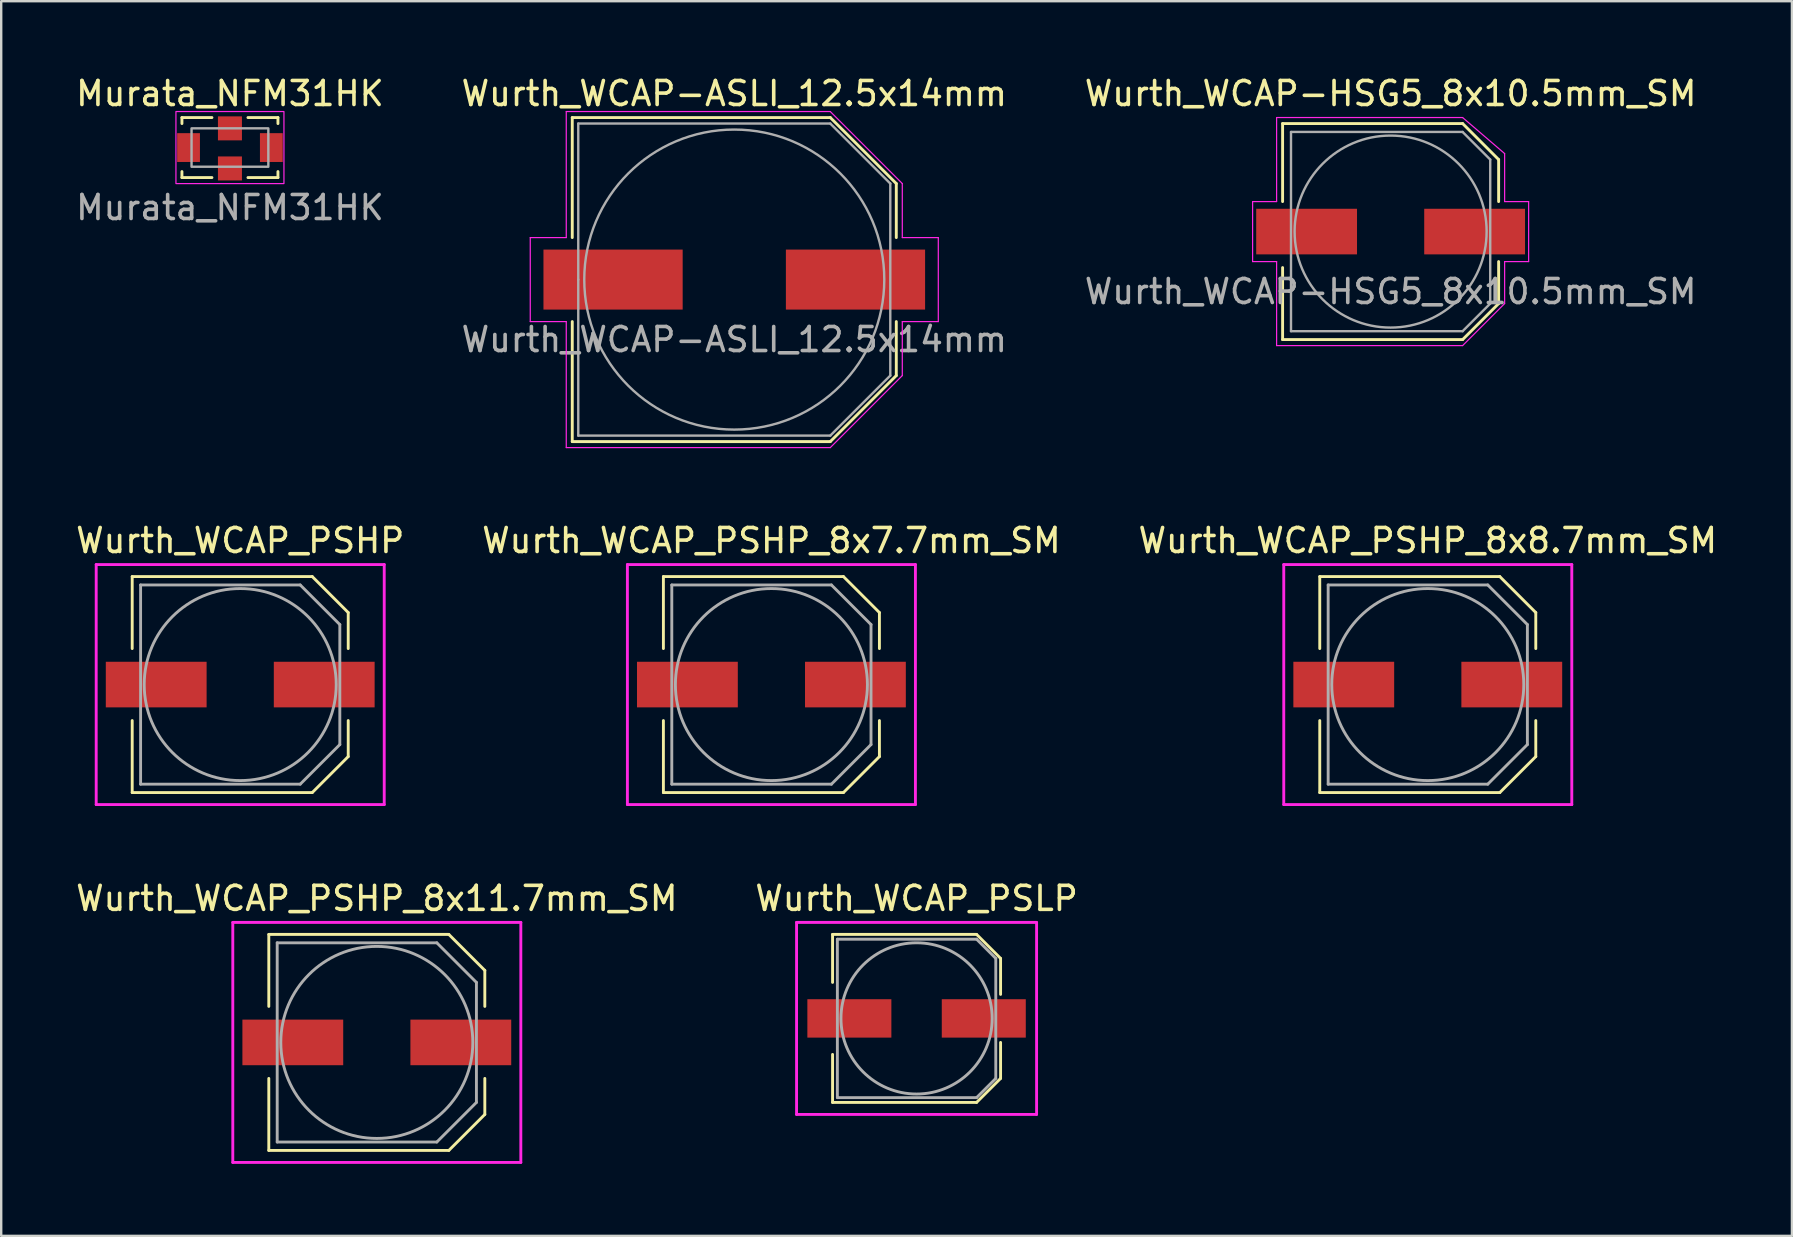
<source format=kicad_pcb>
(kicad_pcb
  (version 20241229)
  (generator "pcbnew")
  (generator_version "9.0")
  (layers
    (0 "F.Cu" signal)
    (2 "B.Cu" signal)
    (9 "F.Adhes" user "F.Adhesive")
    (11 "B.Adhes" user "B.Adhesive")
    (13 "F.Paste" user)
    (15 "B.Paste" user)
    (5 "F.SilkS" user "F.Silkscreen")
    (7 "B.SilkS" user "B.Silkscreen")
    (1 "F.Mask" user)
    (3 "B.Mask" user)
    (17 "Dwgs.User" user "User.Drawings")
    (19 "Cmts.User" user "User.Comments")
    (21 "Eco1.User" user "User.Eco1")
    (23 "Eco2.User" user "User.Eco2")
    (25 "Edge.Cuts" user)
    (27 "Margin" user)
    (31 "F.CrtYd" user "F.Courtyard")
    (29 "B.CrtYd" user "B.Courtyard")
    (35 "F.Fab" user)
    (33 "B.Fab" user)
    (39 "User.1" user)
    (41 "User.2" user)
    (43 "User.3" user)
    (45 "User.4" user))
  (footprint "Wurth_WCAP_PSLP"
    (layer "F.Cu")
    (at 35.137 39.38)
    (property "Reference" "Wurth_WCAP_PSLP" (at 0 -5 0) (layer "F.SilkS") (effects (font (size 1 1) (thickness 0.15))))
    (attr through_hole)
    (fp_line (start -3.5 -3.5) (end 2.5 -3.5) (stroke (width 0.12) (type solid)) (layer "F.SilkS"))
    (fp_line (start -3.5 -1.5) (end -3.5 -3.5) (stroke (width 0.12) (type solid)) (layer "F.SilkS"))
    (fp_line (start -3.5 1.5) (end -3.5 3.5) (stroke (width 0.12) (type solid)) (layer "F.SilkS"))
    (fp_line (start -3.5 3.5) (end 2.5 3.5) (stroke (width 0.12) (type solid)) (layer "F.SilkS"))
    (fp_line (start 2.5 -3.5) (end 3.5 -2.5) (stroke (width 0.12) (type solid)) (layer "F.SilkS"))
    (fp_line (start 2.5 3.5) (end 3.5 2.5) (stroke (width 0.12) (type solid)) (layer "F.SilkS"))
    (fp_line (start 3.5 -2.5) (end 3.5 -1) (stroke (width 0.12) (type solid)) (layer "F.SilkS"))
    (fp_line (start 3.5 2.5) (end 3.5 1) (stroke (width 0.12) (type solid)) (layer "F.SilkS"))
    (fp_line (start -5 -4) (end 5 -4) (stroke (width 0.12) (type solid)) (layer "F.CrtYd"))
    (fp_line (start -5 4) (end -5 -4) (stroke (width 0.12) (type solid)) (layer "F.CrtYd"))
    (fp_line (start 5 -4) (end 5 4) (stroke (width 0.12) (type solid)) (layer "F.CrtYd"))
    (fp_line (start 5 4) (end -5 4) (stroke (width 0.12) (type solid)) (layer "F.CrtYd"))
    (fp_line (start -3.3 -3.3) (end 2.5 -3.3) (stroke (width 0.12) (type solid)) (layer "F.Fab"))
    (fp_line (start -3.3 3.3) (end -3.3 -3.3) (stroke (width 0.12) (type solid)) (layer "F.Fab"))
    (fp_line (start 2.5 -3.3) (end 3.3 -2.5) (stroke (width 0.12) (type solid)) (layer "F.Fab"))
    (fp_line (start 2.5 3.3) (end -3.3 3.3) (stroke (width 0.12) (type solid)) (layer "F.Fab"))
    (fp_line (start 2.5 3.3) (end 3.3 2.5) (stroke (width 0.12) (type solid)) (layer "F.Fab"))
    (fp_line (start 3.3 -2.5) (end 3.3 2.5) (stroke (width 0.12) (type solid)) (layer "F.Fab"))
    (fp_circle (center 0 0) (end 3.15 0) (stroke (width 0.12) (type solid)) (fill no) (layer "F.Fab"))
    (pad "1" smd rect (at 2.8 0) (size 3.5 1.6) (layers "F.Cu" "F.Mask" "F.Paste"))
    (pad "2" smd rect (at -2.8 0) (size 3.5 1.6) (layers "F.Cu" "F.Mask" "F.Paste")))
  (footprint "Wurth_WCAP_PSHP_8x8.7mm_SM"
    (layer "F.Cu")
    (at 56.435 25.471)
    (property "Reference" "Wurth_WCAP_PSHP_8x8.7mm_SM" (at 0 -6 0) (layer "F.SilkS") (effects (font (size 1 1) (thickness 0.15))))
    (attr through_hole)
    (fp_line (start -4.5 -4.5) (end 3 -4.5) (stroke (width 0.12) (type solid)) (layer "F.SilkS"))
    (fp_line (start -4.5 -1.5) (end -4.5 -4.5) (stroke (width 0.12) (type solid)) (layer "F.SilkS"))
    (fp_line (start -4.5 1.5) (end -4.5 4.5) (stroke (width 0.12) (type solid)) (layer "F.SilkS"))
    (fp_line (start -4.5 4.5) (end 3 4.5) (stroke (width 0.12) (type solid)) (layer "F.SilkS"))
    (fp_line (start 3 -4.5) (end 4.5 -3) (stroke (width 0.12) (type solid)) (layer "F.SilkS"))
    (fp_line (start 3 4.5) (end 4.5 3) (stroke (width 0.12) (type solid)) (layer "F.SilkS"))
    (fp_line (start 4.5 -3) (end 4.5 -1.5) (stroke (width 0.12) (type solid)) (layer "F.SilkS"))
    (fp_line (start 4.5 3) (end 4.5 1.5) (stroke (width 0.12) (type solid)) (layer "F.SilkS"))
    (fp_line (start -6 -5) (end 6 -5) (stroke (width 0.12) (type solid)) (layer "F.CrtYd"))
    (fp_line (start -6 5) (end -6 -5) (stroke (width 0.12) (type solid)) (layer "F.CrtYd"))
    (fp_line (start 6 -5) (end 6 5) (stroke (width 0.12) (type solid)) (layer "F.CrtYd"))
    (fp_line (start 6 5) (end -6 5) (stroke (width 0.12) (type solid)) (layer "F.CrtYd"))
    (fp_line (start -4.15 -4.15) (end 2.5 -4.15) (stroke (width 0.12) (type solid)) (layer "F.Fab"))
    (fp_line (start -4.15 4.15) (end -4.15 -4.15) (stroke (width 0.12) (type solid)) (layer "F.Fab"))
    (fp_line (start 2.5 -4.15) (end 4.15 -2.5) (stroke (width 0.12) (type solid)) (layer "F.Fab"))
    (fp_line (start 2.5 4.15) (end -4.15 4.15) (stroke (width 0.12) (type solid)) (layer "F.Fab"))
    (fp_line (start 2.5 4.15) (end 4.15 2.5) (stroke (width 0.12) (type solid)) (layer "F.Fab"))
    (fp_line (start 4.15 -2.5) (end 4.15 2.5) (stroke (width 0.12) (type solid)) (layer "F.Fab"))
    (fp_circle (center 0 0) (end 4 0) (stroke (width 0.12) (type solid)) (fill no) (layer "F.Fab"))
    (pad "1" smd rect (at 3.5 0) (size 4.2 1.9) (layers "F.Cu" "F.Mask" "F.Paste"))
    (pad "2" smd rect (at -3.5 0) (size 4.2 1.9) (layers "F.Cu" "F.Mask" "F.Paste")))
  (footprint "Murata_NFM31HK"
    (layer "F.Cu")
    (at 6.53 3.098)
    (property "Reference" "Murata_NFM31HK" (at 0 -2.25 0) (unlocked yes) (layer "F.SilkS") (effects (font (size 1 1) (thickness 0.15))))
    (attr smd)
    (fp_line (start -2 -1.25) (end -0.75 -1.25) (stroke (width 0.12) (type default)) (layer "F.SilkS"))
    (fp_line (start -2 -1) (end -2 -1.25) (stroke (width 0.12) (type default)) (layer "F.SilkS"))
    (fp_line (start -2 1.25) (end -2 1) (stroke (width 0.12) (type default)) (layer "F.SilkS"))
    (fp_line (start -0.75 1.25) (end -2 1.25) (stroke (width 0.12) (type default)) (layer "F.SilkS"))
    (fp_line (start 0.75 -1.25) (end 2 -1.25) (stroke (width 0.12) (type default)) (layer "F.SilkS"))
    (fp_line (start 2 -1.25) (end 2 -1) (stroke (width 0.12) (type default)) (layer "F.SilkS"))
    (fp_line (start 2 1) (end 2 1.25) (stroke (width 0.12) (type default)) (layer "F.SilkS"))
    (fp_line (start 2 1.25) (end 0.75 1.25) (stroke (width 0.12) (type default)) (layer "F.SilkS"))
    (fp_rect (start -2.25 -1.5) (end 2.25 1.5) (stroke (width 0.05) (type default)) (fill no) (layer "F.CrtYd"))
    (fp_rect (start -1.6 -0.8) (end 1.6 0.8) (stroke (width 0.1) (type default)) (fill no) (layer "F.Fab"))
    (fp_text user "${REFERENCE}" (at 0 2.5 0) (unlocked yes) (layer "F.Fab") (effects (font (size 1 1) (thickness 0.15))))
    (pad "1" smd rect (at -1.725 0) (size 0.95 1.2) (layers "F.Cu" "F.Mask" "F.Paste"))
    (pad "2" smd rect (at 0 -0.8) (size 1 1) (layers "F.Cu" "F.Mask" "F.Paste"))
    (pad "2" smd rect (at 0 0.87) (size 1 1) (layers "F.Cu" "F.Mask" "F.Paste"))
    (pad "3" smd rect (at 1.725 0) (size 0.95 1.2) (layers "F.Cu" "F.Mask" "F.Paste")))
  (footprint "Wurth_WCAP_PSHP"
    (layer "F.Cu")
    (at 6.958 25.471)
    (property "Reference" "Wurth_WCAP_PSHP" (at 0 -6 0) (layer "F.SilkS") (effects (font (size 1 1) (thickness 0.15))))
    (attr through_hole)
    (fp_line (start -4.5 -4.5) (end 3 -4.5) (stroke (width 0.12) (type solid)) (layer "F.SilkS"))
    (fp_line (start -4.5 -1.5) (end -4.5 -4.5) (stroke (width 0.12) (type solid)) (layer "F.SilkS"))
    (fp_line (start -4.5 1.5) (end -4.5 4.5) (stroke (width 0.12) (type solid)) (layer "F.SilkS"))
    (fp_line (start -4.5 4.5) (end 3 4.5) (stroke (width 0.12) (type solid)) (layer "F.SilkS"))
    (fp_line (start 3 -4.5) (end 4.5 -3) (stroke (width 0.12) (type solid)) (layer "F.SilkS"))
    (fp_line (start 3 4.5) (end 4.5 3) (stroke (width 0.12) (type solid)) (layer "F.SilkS"))
    (fp_line (start 4.5 -3) (end 4.5 -1.5) (stroke (width 0.12) (type solid)) (layer "F.SilkS"))
    (fp_line (start 4.5 3) (end 4.5 1.5) (stroke (width 0.12) (type solid)) (layer "F.SilkS"))
    (fp_line (start -6 -5) (end 6 -5) (stroke (width 0.12) (type solid)) (layer "F.CrtYd"))
    (fp_line (start -6 5) (end -6 -5) (stroke (width 0.12) (type solid)) (layer "F.CrtYd"))
    (fp_line (start 6 -5) (end 6 5) (stroke (width 0.12) (type solid)) (layer "F.CrtYd"))
    (fp_line (start 6 5) (end -6 5) (stroke (width 0.12) (type solid)) (layer "F.CrtYd"))
    (fp_line (start -4.15 -4.15) (end 2.5 -4.15) (stroke (width 0.12) (type solid)) (layer "F.Fab"))
    (fp_line (start -4.15 4.15) (end -4.15 -4.15) (stroke (width 0.12) (type solid)) (layer "F.Fab"))
    (fp_line (start 2.5 -4.15) (end 4.15 -2.5) (stroke (width 0.12) (type solid)) (layer "F.Fab"))
    (fp_line (start 2.5 4.15) (end -4.15 4.15) (stroke (width 0.12) (type solid)) (layer "F.Fab"))
    (fp_line (start 2.5 4.15) (end 4.15 2.5) (stroke (width 0.12) (type solid)) (layer "F.Fab"))
    (fp_line (start 4.15 -2.5) (end 4.15 2.5) (stroke (width 0.12) (type solid)) (layer "F.Fab"))
    (fp_circle (center 0 0) (end 4 0) (stroke (width 0.12) (type solid)) (fill no) (layer "F.Fab"))
    (pad "1" smd rect (at 3.5 0) (size 4.2 1.9) (layers "F.Cu" "F.Mask" "F.Paste"))
    (pad "2" smd rect (at -3.5 0) (size 4.2 1.9) (layers "F.Cu" "F.Mask" "F.Paste")))
  (footprint "Wurth_WCAP_PSHP_8x7.7mm_SM"
    (layer "F.Cu")
    (at 29.089 25.471)
    (property "Reference" "Wurth_WCAP_PSHP_8x7.7mm_SM" (at 0 -6 0) (layer "F.SilkS") (effects (font (size 1 1) (thickness 0.15))))
    (attr through_hole)
    (fp_line (start -4.5 -4.5) (end 3 -4.5) (stroke (width 0.12) (type solid)) (layer "F.SilkS"))
    (fp_line (start -4.5 -1.5) (end -4.5 -4.5) (stroke (width 0.12) (type solid)) (layer "F.SilkS"))
    (fp_line (start -4.5 1.5) (end -4.5 4.5) (stroke (width 0.12) (type solid)) (layer "F.SilkS"))
    (fp_line (start -4.5 4.5) (end 3 4.5) (stroke (width 0.12) (type solid)) (layer "F.SilkS"))
    (fp_line (start 3 -4.5) (end 4.5 -3) (stroke (width 0.12) (type solid)) (layer "F.SilkS"))
    (fp_line (start 3 4.5) (end 4.5 3) (stroke (width 0.12) (type solid)) (layer "F.SilkS"))
    (fp_line (start 4.5 -3) (end 4.5 -1.5) (stroke (width 0.12) (type solid)) (layer "F.SilkS"))
    (fp_line (start 4.5 3) (end 4.5 1.5) (stroke (width 0.12) (type solid)) (layer "F.SilkS"))
    (fp_line (start -6 -5) (end 6 -5) (stroke (width 0.12) (type solid)) (layer "F.CrtYd"))
    (fp_line (start -6 5) (end -6 -5) (stroke (width 0.12) (type solid)) (layer "F.CrtYd"))
    (fp_line (start 6 -5) (end 6 5) (stroke (width 0.12) (type solid)) (layer "F.CrtYd"))
    (fp_line (start 6 5) (end -6 5) (stroke (width 0.12) (type solid)) (layer "F.CrtYd"))
    (fp_line (start -4.15 -4.15) (end 2.5 -4.15) (stroke (width 0.12) (type solid)) (layer "F.Fab"))
    (fp_line (start -4.15 4.15) (end -4.15 -4.15) (stroke (width 0.12) (type solid)) (layer "F.Fab"))
    (fp_line (start 2.5 -4.15) (end 4.15 -2.5) (stroke (width 0.12) (type solid)) (layer "F.Fab"))
    (fp_line (start 2.5 4.15) (end -4.15 4.15) (stroke (width 0.12) (type solid)) (layer "F.Fab"))
    (fp_line (start 2.5 4.15) (end 4.15 2.5) (stroke (width 0.12) (type solid)) (layer "F.Fab"))
    (fp_line (start 4.15 -2.5) (end 4.15 2.5) (stroke (width 0.12) (type solid)) (layer "F.Fab"))
    (fp_circle (center 0 0) (end 4 0) (stroke (width 0.12) (type solid)) (fill no) (layer "F.Fab"))
    (pad "1" smd rect (at 3.5 0) (size 4.2 1.9) (layers "F.Cu" "F.Mask" "F.Paste"))
    (pad "2" smd rect (at -3.5 0) (size 4.2 1.9) (layers "F.Cu" "F.Mask" "F.Paste")))
  (footprint "Wurth_WCAP-HSG5_8x10.5mm_SM"
    (layer "F.Cu")
    (at 54.887 6.598)
    (property "Reference" "Wurth_WCAP-HSG5_8x10.5mm_SM" (at 0 -5.75 0) (unlocked yes) (layer "F.SilkS") (effects (font (size 1 1) (thickness 0.15))))
    (attr smd)
    (fp_line (start -4.5 -4.5) (end 3 -4.5) (stroke (width 0.12) (type default)) (layer "F.SilkS"))
    (fp_line (start -4.5 -1.25) (end -4.5 -4.5) (stroke (width 0.12) (type default)) (layer "F.SilkS"))
    (fp_line (start -4.5 4.5) (end -4.5 1.5) (stroke (width 0.12) (type default)) (layer "F.SilkS"))
    (fp_line (start 3 -4.5) (end 4.5 -3) (stroke (width 0.12) (type default)) (layer "F.SilkS"))
    (fp_line (start 3 4.5) (end -4.5 4.5) (stroke (width 0.12) (type default)) (layer "F.SilkS"))
    (fp_line (start 4.5 -3) (end 4.5 -1.25) (stroke (width 0.12) (type default)) (layer "F.SilkS"))
    (fp_line (start 4.5 1.25) (end 4.5 3) (stroke (width 0.12) (type default)) (layer "F.SilkS"))
    (fp_line (start 4.5 3) (end 3 4.5) (stroke (width 0.12) (type default)) (layer "F.SilkS"))
    (fp_line (start -5.75 -1.25) (end -4.75 -1.25) (stroke (width 0.05) (type default)) (layer "F.CrtYd"))
    (fp_line (start -5.75 1.25) (end -5.75 -1.25) (stroke (width 0.05) (type default)) (layer "F.CrtYd"))
    (fp_line (start -4.75 -4.75) (end 3 -4.75) (stroke (width 0.05) (type default)) (layer "F.CrtYd"))
    (fp_line (start -4.75 -1.25) (end -4.75 -4.75) (stroke (width 0.05) (type default)) (layer "F.CrtYd"))
    (fp_line (start -4.75 1.25) (end -5.75 1.25) (stroke (width 0.05) (type default)) (layer "F.CrtYd"))
    (fp_line (start -4.75 4.75) (end -4.75 1.25) (stroke (width 0.05) (type default)) (layer "F.CrtYd"))
    (fp_line (start 3 -4.75) (end 4.75 -3.25) (stroke (width 0.05) (type default)) (layer "F.CrtYd"))
    (fp_line (start 3 4.75) (end -4.75 4.75) (stroke (width 0.05) (type default)) (layer "F.CrtYd"))
    (fp_line (start 4.75 -3.25) (end 4.75 -1.25) (stroke (width 0.05) (type default)) (layer "F.CrtYd"))
    (fp_line (start 4.75 -1.25) (end 5.75 -1.25) (stroke (width 0.05) (type default)) (layer "F.CrtYd"))
    (fp_line (start 4.75 1.25) (end 4.75 3) (stroke (width 0.05) (type default)) (layer "F.CrtYd"))
    (fp_line (start 4.75 3) (end 3 4.75) (stroke (width 0.05) (type default)) (layer "F.CrtYd"))
    (fp_line (start 5.75 -1.25) (end 5.75 1.25) (stroke (width 0.05) (type default)) (layer "F.CrtYd"))
    (fp_line (start 5.75 1.25) (end 4.75 1.25) (stroke (width 0.05) (type default)) (layer "F.CrtYd"))
    (fp_line (start -4.15 -4.15) (end 3 -4.15) (stroke (width 0.1) (type default)) (layer "F.Fab"))
    (fp_line (start -4.15 4.15) (end -4.15 -4.15) (stroke (width 0.1) (type default)) (layer "F.Fab"))
    (fp_line (start 3 -4.15) (end 4.15 -3) (stroke (width 0.1) (type default)) (layer "F.Fab"))
    (fp_line (start 3 4.15) (end -4.15 4.15) (stroke (width 0.1) (type default)) (layer "F.Fab"))
    (fp_line (start 3 4.15) (end 4.15 3) (stroke (width 0.1) (type default)) (layer "F.Fab"))
    (fp_line (start 4.15 -3) (end 4.15 3) (stroke (width 0.1) (type default)) (layer "F.Fab"))
    (fp_circle (center 0 0) (end 0 -4) (stroke (width 0.1) (type default)) (fill no) (layer "F.Fab"))
    (fp_text user "${REFERENCE}" (at 0 2.5 0) (unlocked yes) (layer "F.Fab") (effects (font (size 1 1) (thickness 0.15))))
    (pad "1" smd rect (at 3.5 0) (size 4.2 1.9) (layers "F.Cu" "F.Mask" "F.Paste"))
    (pad "2" smd rect (at -3.5 0) (size 4.2 1.9) (layers "F.Cu" "F.Mask" "F.Paste")))
  (footprint "Wurth_WCAP_PSHP_8x11.7mm_SM"
    (layer "F.Cu")
    (at 12.649 40.38)
    (property "Reference" "Wurth_WCAP_PSHP_8x11.7mm_SM" (at 0 -6 0) (layer "F.SilkS") (effects (font (size 1 1) (thickness 0.15))))
    (attr through_hole)
    (fp_line (start -4.5 -4.5) (end 3 -4.5) (stroke (width 0.12) (type solid)) (layer "F.SilkS"))
    (fp_line (start -4.5 -1.5) (end -4.5 -4.5) (stroke (width 0.12) (type solid)) (layer "F.SilkS"))
    (fp_line (start -4.5 1.5) (end -4.5 4.5) (stroke (width 0.12) (type solid)) (layer "F.SilkS"))
    (fp_line (start -4.5 4.5) (end 3 4.5) (stroke (width 0.12) (type solid)) (layer "F.SilkS"))
    (fp_line (start 3 -4.5) (end 4.5 -3) (stroke (width 0.12) (type solid)) (layer "F.SilkS"))
    (fp_line (start 3 4.5) (end 4.5 3) (stroke (width 0.12) (type solid)) (layer "F.SilkS"))
    (fp_line (start 4.5 -3) (end 4.5 -1.5) (stroke (width 0.12) (type solid)) (layer "F.SilkS"))
    (fp_line (start 4.5 3) (end 4.5 1.5) (stroke (width 0.12) (type solid)) (layer "F.SilkS"))
    (fp_line (start -6 -5) (end 6 -5) (stroke (width 0.12) (type solid)) (layer "F.CrtYd"))
    (fp_line (start -6 5) (end -6 -5) (stroke (width 0.12) (type solid)) (layer "F.CrtYd"))
    (fp_line (start 6 -5) (end 6 5) (stroke (width 0.12) (type solid)) (layer "F.CrtYd"))
    (fp_line (start 6 5) (end -6 5) (stroke (width 0.12) (type solid)) (layer "F.CrtYd"))
    (fp_line (start -4.15 -4.15) (end 2.5 -4.15) (stroke (width 0.12) (type solid)) (layer "F.Fab"))
    (fp_line (start -4.15 4.15) (end -4.15 -4.15) (stroke (width 0.12) (type solid)) (layer "F.Fab"))
    (fp_line (start 2.5 -4.15) (end 4.15 -2.5) (stroke (width 0.12) (type solid)) (layer "F.Fab"))
    (fp_line (start 2.5 4.15) (end -4.15 4.15) (stroke (width 0.12) (type solid)) (layer "F.Fab"))
    (fp_line (start 2.5 4.15) (end 4.15 2.5) (stroke (width 0.12) (type solid)) (layer "F.Fab"))
    (fp_line (start 4.15 -2.5) (end 4.15 2.5) (stroke (width 0.12) (type solid)) (layer "F.Fab"))
    (fp_circle (center 0 0) (end 4 0) (stroke (width 0.12) (type solid)) (fill no) (layer "F.Fab"))
    (pad "1" smd rect (at 3.5 0) (size 4.2 1.9) (layers "F.Cu" "F.Mask" "F.Paste"))
    (pad "2" smd rect (at -3.5 0) (size 4.2 1.9) (layers "F.Cu" "F.Mask" "F.Paste")))
  (footprint "Wurth_WCAP-ASLI_12.5x14mm"
    (layer "F.Cu")
    (at 27.542 8.598)
    (property "Reference" "Wurth_WCAP-ASLI_12.5x14mm" (at 0 -7.75 0) (unlocked yes) (layer "F.SilkS") (effects (font (size 1 1) (thickness 0.15))))
    (attr smd)
    (fp_line (start -6.75 -6.75) (end 4 -6.75) (stroke (width 0.12) (type default)) (layer "F.SilkS"))
    (fp_line (start -6.75 -1.75) (end -6.75 -6.75) (stroke (width 0.12) (type default)) (layer "F.SilkS"))
    (fp_line (start -6.75 6.75) (end -6.75 1.75) (stroke (width 0.12) (type default)) (layer "F.SilkS"))
    (fp_line (start 4 -6.75) (end 6.75 -4) (stroke (width 0.12) (type default)) (layer "F.SilkS"))
    (fp_line (start 4 6.75) (end -6.75 6.75) (stroke (width 0.12) (type default)) (layer "F.SilkS"))
    (fp_line (start 6.75 -4) (end 6.75 -1.75) (stroke (width 0.12) (type default)) (layer "F.SilkS"))
    (fp_line (start 6.75 1.75) (end 6.75 4) (stroke (width 0.12) (type default)) (layer "F.SilkS"))
    (fp_line (start 6.75 4) (end 4 6.75) (stroke (width 0.12) (type default)) (layer "F.SilkS"))
    (fp_line (start -8.5 -1.75) (end -7 -1.75) (stroke (width 0.05) (type default)) (layer "F.CrtYd"))
    (fp_line (start -8.5 1.75) (end -8.5 -1.75) (stroke (width 0.05) (type default)) (layer "F.CrtYd"))
    (fp_line (start -7 -7) (end 4 -7) (stroke (width 0.05) (type default)) (layer "F.CrtYd"))
    (fp_line (start -7 -1.75) (end -7 -7) (stroke (width 0.05) (type default)) (layer "F.CrtYd"))
    (fp_line (start -7 1.75) (end -8.5 1.75) (stroke (width 0.05) (type default)) (layer "F.CrtYd"))
    (fp_line (start -7 7) (end -7 1.75) (stroke (width 0.05) (type default)) (layer "F.CrtYd"))
    (fp_line (start 4 -7) (end 7 -4) (stroke (width 0.05) (type default)) (layer "F.CrtYd"))
    (fp_line (start 4 7) (end -7 7) (stroke (width 0.05) (type default)) (layer "F.CrtYd"))
    (fp_line (start 7 -4) (end 7 -1.75) (stroke (width 0.05) (type default)) (layer "F.CrtYd"))
    (fp_line (start 7 -1.75) (end 8.5 -1.75) (stroke (width 0.05) (type default)) (layer "F.CrtYd"))
    (fp_line (start 7 1.75) (end 7 4) (stroke (width 0.05) (type default)) (layer "F.CrtYd"))
    (fp_line (start 7 4) (end 4 7) (stroke (width 0.05) (type default)) (layer "F.CrtYd"))
    (fp_line (start 8.5 -1.75) (end 8.5 1.75) (stroke (width 0.05) (type default)) (layer "F.CrtYd"))
    (fp_line (start 8.5 1.75) (end 7 1.75) (stroke (width 0.05) (type default)) (layer "F.CrtYd"))
    (fp_line (start -6.5 -6.5) (end 4 -6.5) (stroke (width 0.1) (type default)) (layer "F.Fab"))
    (fp_line (start -6.5 0) (end -6.5 -6.5) (stroke (width 0.1) (type default)) (layer "F.Fab"))
    (fp_line (start -6.5 6.5) (end -6.5 0) (stroke (width 0.1) (type default)) (layer "F.Fab"))
    (fp_line (start 4 6.5) (end -6.5 6.5) (stroke (width 0.1) (type default)) (layer "F.Fab"))
    (fp_line (start 4 6.5) (end 6.5 4) (stroke (width 0.1) (type default)) (layer "F.Fab"))
    (fp_line (start 6.5 -4) (end 4 -6.5) (stroke (width 0.1) (type default)) (layer "F.Fab"))
    (fp_line (start 6.5 -4) (end 6.5 4) (stroke (width 0.1) (type default)) (layer "F.Fab"))
    (fp_circle (center 0 0) (end 6.25 0) (stroke (width 0.1) (type default)) (fill no) (layer "F.Fab"))
    (fp_text user "${REFERENCE}" (at 0 2.5 0) (unlocked yes) (layer "F.Fab") (effects (font (size 1 1) (thickness 0.15))))
    (pad "1" smd rect (at 5.05 0 180) (size 5.8 2.5) (layers "F.Cu" "F.Mask" "F.Paste"))
    (pad "2" smd rect (at -5.05 0 180) (size 5.8 2.5) (layers "F.Cu" "F.Mask" "F.Paste")))
  (gr_rect
    (start -3 -3)
    (end 71.607 48.44)
    (stroke (width 0.1) (type default))
    (fill no)
    (layer "Edge.Cuts")))
</source>
